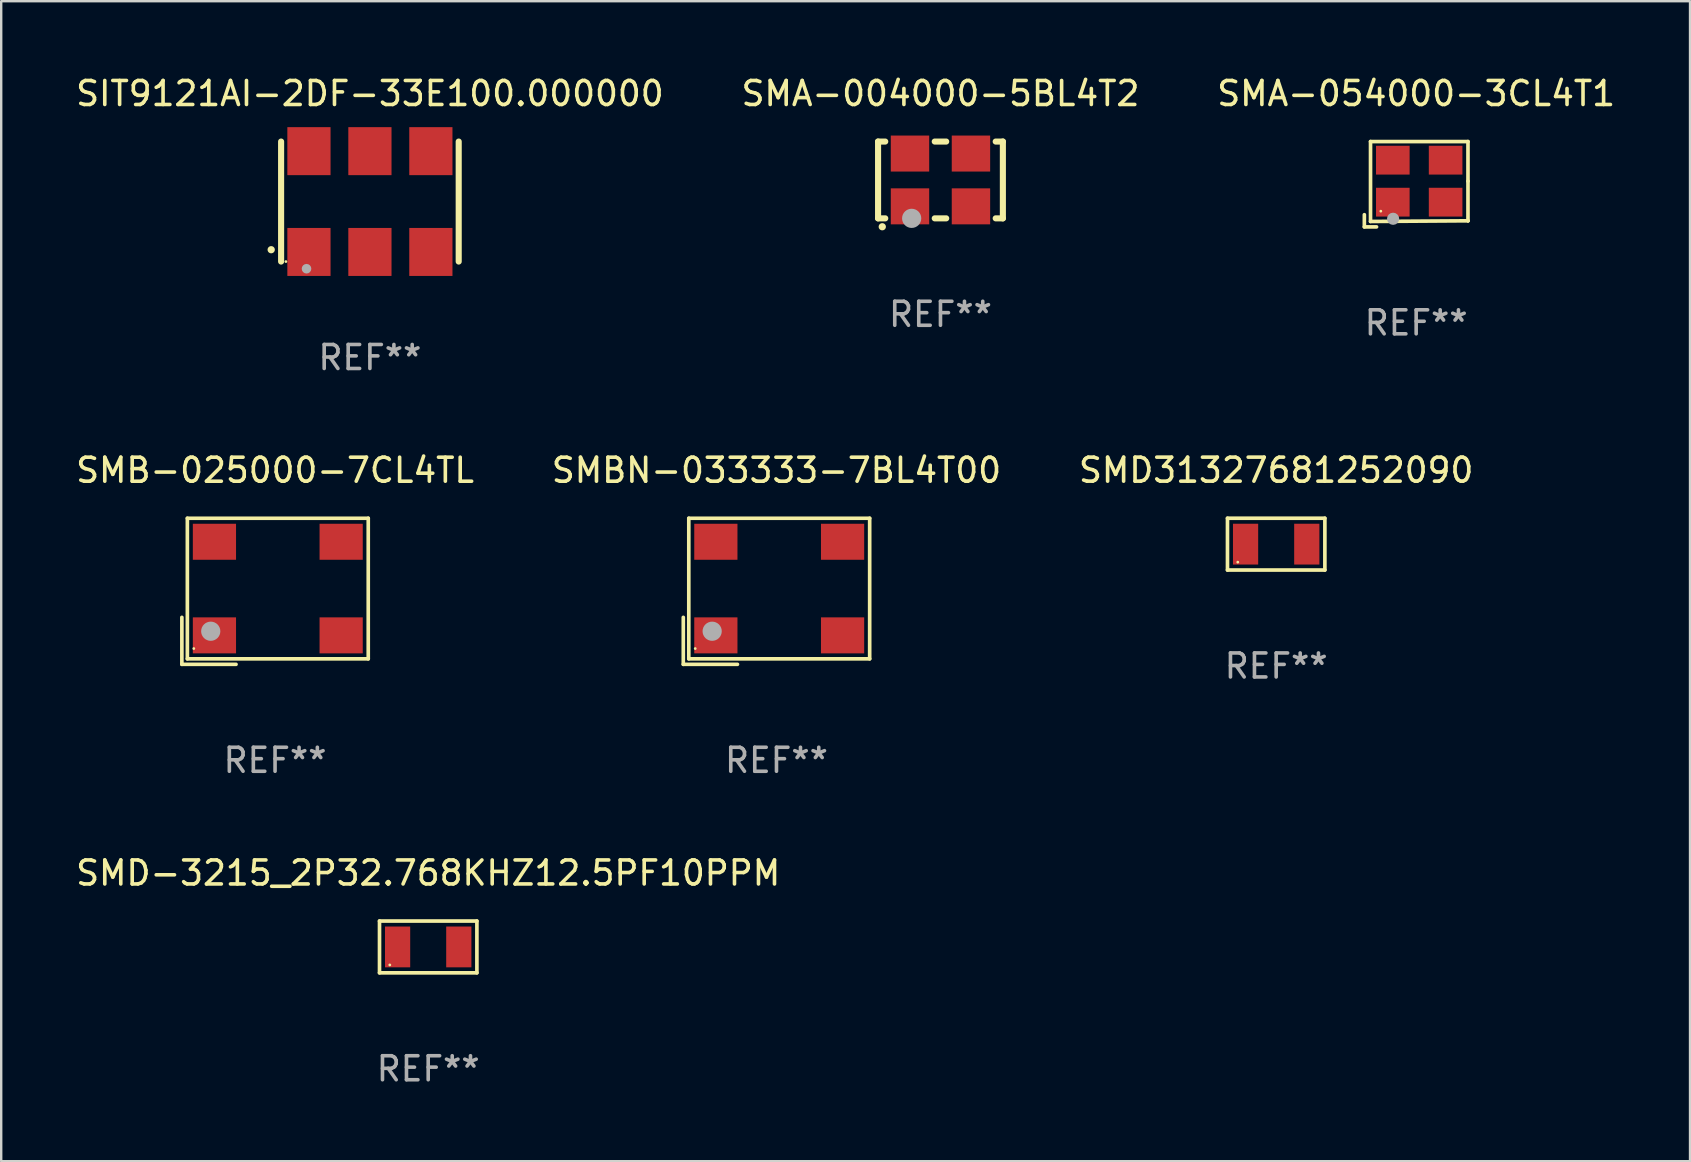
<source format=kicad_pcb>
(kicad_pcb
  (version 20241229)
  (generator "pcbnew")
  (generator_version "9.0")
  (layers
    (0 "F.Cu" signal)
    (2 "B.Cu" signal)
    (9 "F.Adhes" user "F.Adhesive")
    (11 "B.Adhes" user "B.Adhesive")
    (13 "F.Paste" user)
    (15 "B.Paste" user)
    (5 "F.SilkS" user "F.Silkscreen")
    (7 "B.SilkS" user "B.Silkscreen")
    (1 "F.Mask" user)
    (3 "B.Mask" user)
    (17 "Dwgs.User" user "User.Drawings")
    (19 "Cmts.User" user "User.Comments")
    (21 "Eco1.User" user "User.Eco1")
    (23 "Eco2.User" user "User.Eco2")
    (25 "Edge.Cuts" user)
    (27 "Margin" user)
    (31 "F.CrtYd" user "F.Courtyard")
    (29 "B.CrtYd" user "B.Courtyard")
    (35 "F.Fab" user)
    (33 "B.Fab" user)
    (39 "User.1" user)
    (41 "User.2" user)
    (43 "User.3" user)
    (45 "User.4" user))
  (footprint "SMA-054000-3CL4T1"
    (layer "F.Cu")
    (at 55.958 4.626)
    (property "Reference" "SMA-054000-3CL4T1" (at 0 -3.778 0) (layer "F.SilkS") (effects (font (size 1 1) (thickness 0.15))))
    (attr through_hole)
    (fp_line (start -2.159 1.27) (end -2.159 1.778) (stroke (width 0.152) (type solid)) (layer "F.SilkS"))
    (fp_line (start -2.159 1.778) (end -1.651 1.778) (stroke (width 0.152) (type solid)) (layer "F.SilkS"))
    (fp_line (start -1.902 -1.778) (end 2.159 -1.778) (stroke (width 0.152) (type solid)) (layer "F.SilkS"))
    (fp_line (start -1.902 1.552) (end -1.902 -1.778) (stroke (width 0.152) (type solid)) (layer "F.SilkS"))
    (fp_line (start 2.159 -1.778) (end 2.159 -0.127) (stroke (width 0.152) (type solid)) (layer "F.SilkS"))
    (fp_line (start 2.159 -0.127) (end 2.159 1.524) (stroke (width 0.152) (type solid)) (layer "F.SilkS"))
    (fp_line (start 2.159 1.524) (end -1.902 1.552) (stroke (width 0.152) (type solid)) (layer "F.SilkS"))
    (fp_line (start 2.159 1.524) (end 2.159 1.524) (stroke (width 0.152) (type solid)) (layer "F.SilkS"))
    (fp_circle (center -1.473 1.123) (end -1.443 1.123) (stroke (width 0.06) (type solid)) (fill no) (layer "F.SilkS"))
    (fp_circle (center -0.961 1.44) (end -0.834 1.44) (stroke (width 0.254) (type solid)) (fill no) (layer "F.Fab"))
    (fp_text user "REF**" (at 0 5.778 0) (layer "F.Fab") (effects (font (size 1 1) (thickness 0.15))))
    (pad "1" smd rect (at -0.973 0.748) (size 1.4 1.2) (layers "F.Cu" "F.Mask" "F.Paste"))
    (pad "2" smd rect (at 1.227 0.748) (size 1.4 1.2) (layers "F.Cu" "F.Mask" "F.Paste"))
    (pad "3" smd rect (at 1.227 -1.002) (size 1.4 1.2) (layers "F.Cu" "F.Mask" "F.Paste"))
    (pad "4" smd rect (at -0.973 -1.002) (size 1.4 1.2) (layers "F.Cu" "F.Mask" "F.Paste")))
  (footprint "SMD-3215_2P32.768KHZ12.5PF10PPM"
    (layer "F.Cu")
    (at 14.792 36.406)
    (property "Reference" "SMD-3215_2P32.768KHZ12.5PF10PPM" (at 0 -3.079 0) (layer "F.SilkS") (effects (font (size 1 1) (thickness 0.15))))
    (attr through_hole)
    (fp_line (start -2.029 -1.079) (end 2.029 -1.079) (stroke (width 0.152) (type solid)) (layer "F.SilkS"))
    (fp_line (start -2.029 1.079) (end -2.029 -1.079) (stroke (width 0.152) (type solid)) (layer "F.SilkS"))
    (fp_line (start 2.029 -1.079) (end 2.029 1.079) (stroke (width 0.152) (type solid)) (layer "F.SilkS"))
    (fp_line (start 2.029 1.079) (end -2.029 1.079) (stroke (width 0.152) (type solid)) (layer "F.SilkS"))
    (fp_circle (center -1.6 0.75) (end -1.57 0.75) (stroke (width 0.06) (type solid)) (fill no) (layer "F.SilkS"))
    (fp_text user "REF**" (at 0 5.079 0) (layer "F.Fab") (effects (font (size 1 1) (thickness 0.15))))
    (pad "1" smd rect (at -1.275 0) (size 1.05 1.7) (layers "F.Cu" "F.Mask" "F.Paste"))
    (pad "2" smd rect (at 1.275 0) (size 1.05 1.7) (layers "F.Cu" "F.Mask" "F.Paste")))
  (footprint "SMB-025000-7CL4TL"
    (layer "F.Cu")
    (at 8.411 21.588)
    (property "Reference" "SMB-025000-7CL4TL" (at 0 -5.043 0) (layer "F.SilkS") (effects (font (size 1 1) (thickness 0.15))))
    (attr through_hole)
    (fp_line (start -3.883 1.086) (end -3.883 3.043) (stroke (width 0.152) (type solid)) (layer "F.SilkS"))
    (fp_line (start -3.883 3.043) (end -1.626 3.043) (stroke (width 0.152) (type solid)) (layer "F.SilkS"))
    (fp_line (start -3.654 -3.043) (end 3.883 -3.043) (stroke (width 0.152) (type solid)) (layer "F.SilkS"))
    (fp_line (start -3.654 2.814) (end -3.654 -3.043) (stroke (width 0.152) (type solid)) (layer "F.SilkS"))
    (fp_line (start 3.883 -3.043) (end 3.883 2.814) (stroke (width 0.152) (type solid)) (layer "F.SilkS"))
    (fp_line (start 3.883 2.814) (end -3.654 2.814) (stroke (width 0.152) (type solid)) (layer "F.SilkS"))
    (fp_circle (center -3.386 2.386) (end -3.356 2.386) (stroke (width 0.06) (type solid)) (fill no) (layer "F.SilkS"))
    (fp_circle (center -2.68 1.664) (end -2.48 1.664) (stroke (width 0.4) (type solid)) (fill no) (layer "F.Fab"))
    (fp_text user "REF**" (at 0 7.043 0) (layer "F.Fab") (effects (font (size 1 1) (thickness 0.15))))
    (pad "1" smd rect (at -2.526 1.836) (size 1.8 1.5) (layers "F.Cu" "F.Mask" "F.Paste"))
    (pad "2" smd rect (at 2.754 1.836) (size 1.8 1.5) (layers "F.Cu" "F.Mask" "F.Paste"))
    (pad "3" smd rect (at 2.754 -2.064) (size 1.8 1.5) (layers "F.Cu" "F.Mask" "F.Paste"))
    (pad "4" smd rect (at -2.526 -2.064) (size 1.8 1.5) (layers "F.Cu" "F.Mask" "F.Paste")))
  (footprint "SIT9121AI-2DF-33E100.000000"
    (layer "F.Cu")
    (at 12.363 5.348)
    (property "Reference" "SIT9121AI-2DF-33E100.000000" (at 0 -4.5 0) (layer "F.SilkS") (effects (font (size 1 1) (thickness 0.15))))
    (attr through_hole)
    (fp_line (start -3.7 -2.5) (end -3.7 2.5) (stroke (width 0.254) (type solid)) (layer "F.SilkS"))
    (fp_line (start 3.7 -2.5) (end 3.7 2.5) (stroke (width 0.254) (type solid)) (layer "F.SilkS"))
    (fp_arc (start -4.114415 2.006604) (mid -4.113145 2.006599) (end -4.111875 2.006604) (stroke (width 0.3) (type solid)) (layer "F.SilkS"))
    (fp_circle (center -3.5 2.501) (end -3.47 2.501) (stroke (width 0.06) (type solid)) (fill no) (layer "F.SilkS"))
    (fp_circle (center -2.641 2.799) (end -2.541 2.799) (stroke (width 0.2) (type solid)) (fill no) (layer "F.Fab"))
    (fp_text user "REF**" (at 0 6.5 0) (layer "F.Fab") (effects (font (size 1 1) (thickness 0.15))))
    (pad "1" smd rect (at -2.54 2.1) (size 1.8 2) (layers "F.Cu" "F.Mask" "F.Paste"))
    (pad "2" smd rect (at 0.000394 2.1) (size 1.8 2) (layers "F.Cu" "F.Mask" "F.Paste"))
    (pad "3" smd rect (at 2.54 2.1) (size 1.8 2) (layers "F.Cu" "F.Mask" "F.Paste"))
    (pad "4" smd rect (at 2.54 -2.1) (size 1.8 2) (layers "F.Cu" "F.Mask" "F.Paste"))
    (pad "5" smd rect (at 0.000394 -2.1) (size 1.8 2) (layers "F.Cu" "F.Mask" "F.Paste"))
    (pad "6" smd rect (at -2.54 -2.1) (size 1.8 2) (layers "F.Cu" "F.Mask" "F.Paste")))
  (footprint "SMA-004000-5BL4T2"
    (layer "F.Cu")
    (at 36.137 4.448)
    (property "Reference" "SMA-004000-5BL4T2" (at 0 -3.6 0) (layer "F.SilkS") (effects (font (size 1 1) (thickness 0.15))))
    (attr through_hole)
    (fp_line (start -2.6 -1.6) (end -2.301 -1.6) (stroke (width 0.254) (type solid)) (layer "F.SilkS"))
    (fp_line (start -2.6 1.6) (end -2.6 -1.6) (stroke (width 0.254) (type solid)) (layer "F.SilkS"))
    (fp_line (start -2.301 1.6) (end -2.6 1.6) (stroke (width 0.254) (type solid)) (layer "F.SilkS"))
    (fp_line (start -0.239 -1.6) (end 0.239 -1.6) (stroke (width 0.254) (type solid)) (layer "F.SilkS"))
    (fp_line (start 0.239 1.6) (end -0.239 1.6) (stroke (width 0.254) (type solid)) (layer "F.SilkS"))
    (fp_line (start 2.301 -1.6) (end 2.6 -1.6) (stroke (width 0.254) (type solid)) (layer "F.SilkS"))
    (fp_line (start 2.6 -1.6) (end 2.6 1.6) (stroke (width 0.254) (type solid)) (layer "F.SilkS"))
    (fp_line (start 2.6 1.6) (end 2.301 1.6) (stroke (width 0.254) (type solid)) (layer "F.SilkS"))
    (fp_arc (start -2.426213 1.949987) (mid -2.424943 1.949982) (end -2.423673 1.949987) (stroke (width 0.3) (type solid)) (layer "F.SilkS"))
    (fp_circle (center -2.5 1.6) (end -2.47 1.6) (stroke (width 0.06) (type solid)) (fill no) (layer "F.SilkS"))
    (fp_circle (center -1.2 1.6) (end -1 1.6) (stroke (width 0.4) (type solid)) (fill no) (layer "F.Fab"))
    (fp_text user "REF**" (at 0 5.6 0) (layer "F.Fab") (effects (font (size 1 1) (thickness 0.15))))
    (pad "1" smd rect (at -1.27 1.1) (size 1.6 1.5) (layers "F.Cu" "F.Mask" "F.Paste"))
    (pad "2" smd rect (at 1.27 1.1) (size 1.6 1.5) (layers "F.Cu" "F.Mask" "F.Paste"))
    (pad "3" smd rect (at 1.27 -1.1) (size 1.6 1.5) (layers "F.Cu" "F.Mask" "F.Paste"))
    (pad "4" smd rect (at -1.27 -1.1) (size 1.6 1.5) (layers "F.Cu" "F.Mask" "F.Paste")))
  (footprint "SMBN-033333-7BL4T00"
    (layer "F.Cu")
    (at 29.304 21.588)
    (property "Reference" "SMBN-033333-7BL4T00" (at 0 -5.043 0) (layer "F.SilkS") (effects (font (size 1 1) (thickness 0.15))))
    (attr through_hole)
    (fp_line (start -3.883 1.086) (end -3.883 3.043) (stroke (width 0.152) (type solid)) (layer "F.SilkS"))
    (fp_line (start -3.883 3.043) (end -1.626 3.043) (stroke (width 0.152) (type solid)) (layer "F.SilkS"))
    (fp_line (start -3.654 -3.043) (end 3.883 -3.043) (stroke (width 0.152) (type solid)) (layer "F.SilkS"))
    (fp_line (start -3.654 2.814) (end -3.654 -3.043) (stroke (width 0.152) (type solid)) (layer "F.SilkS"))
    (fp_line (start 3.883 -3.043) (end 3.883 2.814) (stroke (width 0.152) (type solid)) (layer "F.SilkS"))
    (fp_line (start 3.883 2.814) (end -3.654 2.814) (stroke (width 0.152) (type solid)) (layer "F.SilkS"))
    (fp_circle (center -3.386 2.386) (end -3.356 2.386) (stroke (width 0.06) (type solid)) (fill no) (layer "F.SilkS"))
    (fp_circle (center -2.68 1.664) (end -2.48 1.664) (stroke (width 0.4) (type solid)) (fill no) (layer "F.Fab"))
    (fp_text user "REF**" (at 0 7.043 0) (layer "F.Fab") (effects (font (size 1 1) (thickness 0.15))))
    (pad "1" smd rect (at -2.526 1.836) (size 1.8 1.5) (layers "F.Cu" "F.Mask" "F.Paste"))
    (pad "2" smd rect (at 2.754 1.836) (size 1.8 1.5) (layers "F.Cu" "F.Mask" "F.Paste"))
    (pad "3" smd rect (at 2.754 -2.064) (size 1.8 1.5) (layers "F.Cu" "F.Mask" "F.Paste"))
    (pad "4" smd rect (at -2.526 -2.064) (size 1.8 1.5) (layers "F.Cu" "F.Mask" "F.Paste")))
  (footprint "SMD31327681252090"
    (layer "F.Cu")
    (at 50.125 19.623)
    (property "Reference" "SMD31327681252090" (at 0 -3.079 0) (layer "F.SilkS") (effects (font (size 1 1) (thickness 0.15))))
    (attr through_hole)
    (fp_line (start -2.029 -1.079) (end 2.029 -1.079) (stroke (width 0.152) (type solid)) (layer "F.SilkS"))
    (fp_line (start -2.029 1.079) (end -2.029 -1.079) (stroke (width 0.152) (type solid)) (layer "F.SilkS"))
    (fp_line (start 2.029 -1.079) (end 2.029 1.079) (stroke (width 0.152) (type solid)) (layer "F.SilkS"))
    (fp_line (start 2.029 1.079) (end -2.029 1.079) (stroke (width 0.152) (type solid)) (layer "F.SilkS"))
    (fp_circle (center -1.6 0.75) (end -1.57 0.75) (stroke (width 0.06) (type solid)) (fill no) (layer "F.SilkS"))
    (fp_text user "REF**" (at 0 5.079 0) (layer "F.Fab") (effects (font (size 1 1) (thickness 0.15))))
    (pad "1" smd rect (at -1.275 0) (size 1.05 1.7) (layers "F.Cu" "F.Mask" "F.Paste"))
    (pad "2" smd rect (at 1.275 0) (size 1.05 1.7) (layers "F.Cu" "F.Mask" "F.Paste")))
  (gr_rect
    (start -3 -3)
    (end 67.369 45.333)
    (stroke (width 0.1) (type default))
    (fill no)
    (layer "Edge.Cuts")))
</source>
